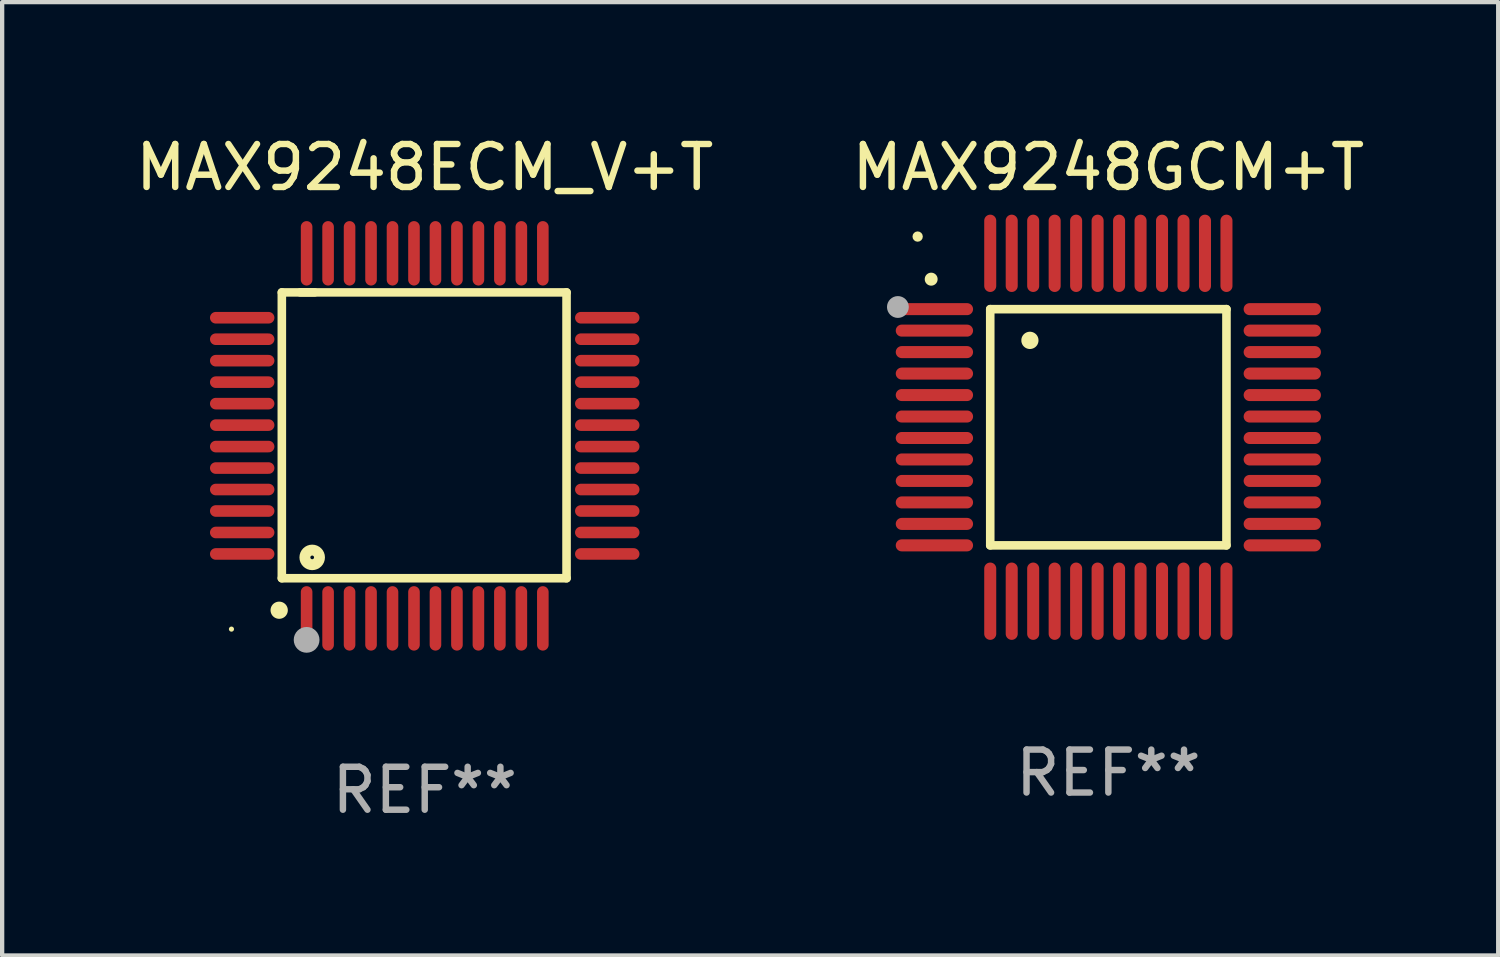
<source format=kicad_pcb>
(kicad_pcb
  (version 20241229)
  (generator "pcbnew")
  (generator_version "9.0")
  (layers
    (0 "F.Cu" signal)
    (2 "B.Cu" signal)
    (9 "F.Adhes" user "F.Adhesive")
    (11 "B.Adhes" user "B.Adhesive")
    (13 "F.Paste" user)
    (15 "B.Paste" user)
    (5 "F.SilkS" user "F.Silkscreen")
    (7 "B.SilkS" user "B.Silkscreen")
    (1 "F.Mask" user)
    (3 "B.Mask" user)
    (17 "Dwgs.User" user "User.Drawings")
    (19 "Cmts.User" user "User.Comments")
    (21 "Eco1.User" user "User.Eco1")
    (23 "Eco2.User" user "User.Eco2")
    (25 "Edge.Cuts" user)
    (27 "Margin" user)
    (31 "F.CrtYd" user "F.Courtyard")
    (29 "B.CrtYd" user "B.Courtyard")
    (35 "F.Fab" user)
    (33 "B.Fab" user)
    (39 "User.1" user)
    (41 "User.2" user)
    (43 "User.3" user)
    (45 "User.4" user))
  (footprint "MAX9248GCM+T"
    (layer "F.Cu")
    (at 22.756 6.898)
    (property "Reference" "MAX9248GCM+T" (at 0 -6.05 0) (layer "F.SilkS") (effects (font (size 1 1) (thickness 0.15))))
    (attr through_hole)
    (fp_line (start -2.75 -2.75) (end 2.75 -2.75) (stroke (width 0.2) (type solid)) (layer "F.SilkS"))
    (fp_line (start -2.75 2.75) (end -2.75 -2.75) (stroke (width 0.2) (type solid)) (layer "F.SilkS"))
    (fp_line (start 2.75 -2.75) (end 2.75 2.75) (stroke (width 0.2) (type solid)) (layer "F.SilkS"))
    (fp_line (start 2.75 2.75) (end -2.75 2.75) (stroke (width 0.2) (type solid)) (layer "F.SilkS"))
    (fp_arc (start -4.124968 -3.446787) (mid -4.124973 -3.448057) (end -4.124968 -3.449327) (stroke (width 0.3) (type solid)) (layer "F.SilkS"))
    (fp_arc (start -1.826264 -2.021844) (mid -1.826268 -2.023114) (end -1.826264 -2.024384) (stroke (width 0.4) (type solid)) (layer "F.SilkS"))
    (fp_circle (center -4.44 -4.44) (end -4.38 -4.44) (stroke (width 0.12) (type solid)) (fill no) (layer "F.SilkS"))
    (fp_circle (center -4.9 -2.8) (end -4.773 -2.8) (stroke (width 0.254) (type solid)) (fill no) (layer "F.Fab"))
    (fp_text user "REF**" (at 0 8.05 0) (layer "F.Fab") (effects (font (size 1 1) (thickness 0.15))))
    (pad "1" smd oval (at -4.05 -2.75 90) (size 0.28 1.8) (layers "F.Cu" "F.Mask" "F.Paste"))
    (pad "2" smd oval (at -4.05 -2.25 90) (size 0.28 1.8) (layers "F.Cu" "F.Mask" "F.Paste"))
    (pad "3" smd oval (at -4.05 -1.75 90) (size 0.28 1.8) (layers "F.Cu" "F.Mask" "F.Paste"))
    (pad "4" smd oval (at -4.05 -1.25 90) (size 0.28 1.8) (layers "F.Cu" "F.Mask" "F.Paste"))
    (pad "5" smd oval (at -4.05 -0.75 90) (size 0.28 1.8) (layers "F.Cu" "F.Mask" "F.Paste"))
    (pad "6" smd oval (at -4.05 -0.25 90) (size 0.28 1.8) (layers "F.Cu" "F.Mask" "F.Paste"))
    (pad "7" smd oval (at -4.05 0.25 90) (size 0.28 1.8) (layers "F.Cu" "F.Mask" "F.Paste"))
    (pad "8" smd oval (at -4.05 0.75 90) (size 0.28 1.8) (layers "F.Cu" "F.Mask" "F.Paste"))
    (pad "9" smd oval (at -4.05 1.25 90) (size 0.28 1.8) (layers "F.Cu" "F.Mask" "F.Paste"))
    (pad "10" smd oval (at -4.05 1.75 90) (size 0.28 1.8) (layers "F.Cu" "F.Mask" "F.Paste"))
    (pad "11" smd oval (at -4.05 2.25 90) (size 0.28 1.8) (layers "F.Cu" "F.Mask" "F.Paste"))
    (pad "12" smd oval (at -4.05 2.75 90) (size 0.28 1.8) (layers "F.Cu" "F.Mask" "F.Paste"))
    (pad "13" smd oval (at -2.75 4.05) (size 0.28 1.8) (layers "F.Cu" "F.Mask" "F.Paste"))
    (pad "14" smd oval (at -2.25 4.05) (size 0.28 1.8) (layers "F.Cu" "F.Mask" "F.Paste"))
    (pad "15" smd oval (at -1.75 4.05) (size 0.28 1.8) (layers "F.Cu" "F.Mask" "F.Paste"))
    (pad "16" smd oval (at -1.25 4.05) (size 0.28 1.8) (layers "F.Cu" "F.Mask" "F.Paste"))
    (pad "17" smd oval (at -0.75 4.05) (size 0.28 1.8) (layers "F.Cu" "F.Mask" "F.Paste"))
    (pad "18" smd oval (at -0.25 4.05) (size 0.28 1.8) (layers "F.Cu" "F.Mask" "F.Paste"))
    (pad "19" smd oval (at 0.25 4.05) (size 0.28 1.8) (layers "F.Cu" "F.Mask" "F.Paste"))
    (pad "20" smd oval (at 0.75 4.05) (size 0.28 1.8) (layers "F.Cu" "F.Mask" "F.Paste"))
    (pad "21" smd oval (at 1.25 4.05) (size 0.28 1.8) (layers "F.Cu" "F.Mask" "F.Paste"))
    (pad "22" smd oval (at 1.75 4.05) (size 0.28 1.8) (layers "F.Cu" "F.Mask" "F.Paste"))
    (pad "23" smd oval (at 2.25 4.05) (size 0.28 1.8) (layers "F.Cu" "F.Mask" "F.Paste"))
    (pad "24" smd oval (at 2.75 4.05) (size 0.28 1.8) (layers "F.Cu" "F.Mask" "F.Paste"))
    (pad "25" smd oval (at 4.05 2.75 90) (size 0.28 1.8) (layers "F.Cu" "F.Mask" "F.Paste"))
    (pad "26" smd oval (at 4.05 2.25 90) (size 0.28 1.8) (layers "F.Cu" "F.Mask" "F.Paste"))
    (pad "27" smd oval (at 4.05 1.75 90) (size 0.28 1.8) (layers "F.Cu" "F.Mask" "F.Paste"))
    (pad "28" smd oval (at 4.05 1.25 90) (size 0.28 1.8) (layers "F.Cu" "F.Mask" "F.Paste"))
    (pad "29" smd oval (at 4.05 0.75 90) (size 0.28 1.8) (layers "F.Cu" "F.Mask" "F.Paste"))
    (pad "30" smd oval (at 4.05 0.25 90) (size 0.28 1.8) (layers "F.Cu" "F.Mask" "F.Paste"))
    (pad "31" smd oval (at 4.05 -0.25 90) (size 0.28 1.8) (layers "F.Cu" "F.Mask" "F.Paste"))
    (pad "32" smd oval (at 4.05 -0.75 90) (size 0.28 1.8) (layers "F.Cu" "F.Mask" "F.Paste"))
    (pad "33" smd oval (at 4.05 -1.25 90) (size 0.28 1.8) (layers "F.Cu" "F.Mask" "F.Paste"))
    (pad "34" smd oval (at 4.05 -1.75 90) (size 0.28 1.8) (layers "F.Cu" "F.Mask" "F.Paste"))
    (pad "35" smd oval (at 4.05 -2.25 90) (size 0.28 1.8) (layers "F.Cu" "F.Mask" "F.Paste"))
    (pad "36" smd oval (at 4.05 -2.75 90) (size 0.28 1.8) (layers "F.Cu" "F.Mask" "F.Paste"))
    (pad "37" smd oval (at 2.75 -4.05) (size 0.28 1.8) (layers "F.Cu" "F.Mask" "F.Paste"))
    (pad "38" smd oval (at 2.25 -4.05) (size 0.28 1.8) (layers "F.Cu" "F.Mask" "F.Paste"))
    (pad "39" smd oval (at 1.75 -4.05) (size 0.28 1.8) (layers "F.Cu" "F.Mask" "F.Paste"))
    (pad "40" smd oval (at 1.25 -4.05) (size 0.28 1.8) (layers "F.Cu" "F.Mask" "F.Paste"))
    (pad "41" smd oval (at 0.75 -4.05) (size 0.28 1.8) (layers "F.Cu" "F.Mask" "F.Paste"))
    (pad "42" smd oval (at 0.25 -4.05) (size 0.28 1.8) (layers "F.Cu" "F.Mask" "F.Paste"))
    (pad "43" smd oval (at -0.25 -4.05) (size 0.28 1.8) (layers "F.Cu" "F.Mask" "F.Paste"))
    (pad "44" smd oval (at -0.75 -4.05) (size 0.28 1.8) (layers "F.Cu" "F.Mask" "F.Paste"))
    (pad "45" smd oval (at -1.25 -4.05) (size 0.28 1.8) (layers "F.Cu" "F.Mask" "F.Paste"))
    (pad "46" smd oval (at -1.75 -4.05) (size 0.28 1.8) (layers "F.Cu" "F.Mask" "F.Paste"))
    (pad "47" smd oval (at -2.25 -4.05) (size 0.28 1.8) (layers "F.Cu" "F.Mask" "F.Paste"))
    (pad "48" smd oval (at -2.75 -4.05) (size 0.28 1.8) (layers "F.Cu" "F.Mask" "F.Paste")))
  (footprint "MAX9248ECM_V+T"
    (layer "F.Cu")
    (at 6.839 7.098)
    (property "Reference" "MAX9248ECM_V+T" (at 0 -6.25 0) (layer "F.SilkS") (effects (font (size 1 1) (thickness 0.15))))
    (attr through_hole)
    (fp_line (start -3.327 -3.34) (end -2.565 -3.34) (stroke (width 0.2) (type solid)) (layer "F.SilkS"))
    (fp_line (start -3.327 3.315) (end -3.327 -3.34) (stroke (width 0.2) (type solid)) (layer "F.SilkS"))
    (fp_line (start -2.896 -3.34) (end 3.302 -3.34) (stroke (width 0.2) (type solid)) (layer "F.SilkS"))
    (fp_line (start 3.302 -3.34) (end 3.302 3.315) (stroke (width 0.2) (type solid)) (layer "F.SilkS"))
    (fp_line (start 3.302 3.315) (end -3.327 3.315) (stroke (width 0.2) (type solid)) (layer "F.SilkS"))
    (fp_arc (start -3.389992 4.059995) (mid -3.388722 4.059991) (end -3.387452 4.059995) (stroke (width 0.4) (type solid)) (layer "F.SilkS"))
    (fp_circle (center -4.5 4.5) (end -4.47 4.5) (stroke (width 0.06) (type solid)) (fill no) (layer "F.SilkS"))
    (fp_circle (center -2.62 2.83) (end -2.45 2.83) (stroke (width 0.254) (type solid)) (fill no) (layer "F.SilkS"))
    (fp_circle (center -2.75 4.75) (end -2.6 4.75) (stroke (width 0.3) (type solid)) (fill no) (layer "F.Fab"))
    (fp_text user "REF**" (at 0 8.25 0) (layer "F.Fab") (effects (font (size 1 1) (thickness 0.15))))
    (pad "1" smd oval (at -2.75 4.25) (size 0.27 1.5) (layers "F.Cu" "F.Mask" "F.Paste"))
    (pad "2" smd oval (at -2.25 4.25) (size 0.27 1.5) (layers "F.Cu" "F.Mask" "F.Paste"))
    (pad "3" smd oval (at -1.75 4.25) (size 0.27 1.5) (layers "F.Cu" "F.Mask" "F.Paste"))
    (pad "4" smd oval (at -1.25 4.25) (size 0.27 1.5) (layers "F.Cu" "F.Mask" "F.Paste"))
    (pad "5" smd oval (at -0.75 4.25) (size 0.27 1.5) (layers "F.Cu" "F.Mask" "F.Paste"))
    (pad "6" smd oval (at -0.25 4.25) (size 0.27 1.5) (layers "F.Cu" "F.Mask" "F.Paste"))
    (pad "7" smd oval (at 0.25 4.25) (size 0.27 1.5) (layers "F.Cu" "F.Mask" "F.Paste"))
    (pad "8" smd oval (at 0.75 4.25) (size 0.27 1.5) (layers "F.Cu" "F.Mask" "F.Paste"))
    (pad "9" smd oval (at 1.25 4.25) (size 0.27 1.5) (layers "F.Cu" "F.Mask" "F.Paste"))
    (pad "10" smd oval (at 1.75 4.25) (size 0.27 1.5) (layers "F.Cu" "F.Mask" "F.Paste"))
    (pad "11" smd oval (at 2.25 4.25) (size 0.27 1.5) (layers "F.Cu" "F.Mask" "F.Paste"))
    (pad "12" smd oval (at 2.75 4.25) (size 0.27 1.5) (layers "F.Cu" "F.Mask" "F.Paste"))
    (pad "13" smd oval (at 4.25 2.75) (size 1.5 0.27) (layers "F.Cu" "F.Mask" "F.Paste"))
    (pad "14" smd oval (at 4.25 2.25) (size 1.5 0.27) (layers "F.Cu" "F.Mask" "F.Paste"))
    (pad "15" smd oval (at 4.25 1.75) (size 1.5 0.27) (layers "F.Cu" "F.Mask" "F.Paste"))
    (pad "16" smd oval (at 4.25 1.25) (size 1.5 0.27) (layers "F.Cu" "F.Mask" "F.Paste"))
    (pad "17" smd oval (at 4.25 0.75) (size 1.5 0.27) (layers "F.Cu" "F.Mask" "F.Paste"))
    (pad "18" smd oval (at 4.25 0.25) (size 1.5 0.27) (layers "F.Cu" "F.Mask" "F.Paste"))
    (pad "19" smd oval (at 4.25 -0.25) (size 1.5 0.27) (layers "F.Cu" "F.Mask" "F.Paste"))
    (pad "20" smd oval (at 4.25 -0.75) (size 1.5 0.27) (layers "F.Cu" "F.Mask" "F.Paste"))
    (pad "21" smd oval (at 4.25 -1.25) (size 1.5 0.27) (layers "F.Cu" "F.Mask" "F.Paste"))
    (pad "22" smd oval (at 4.25 -1.75) (size 1.5 0.27) (layers "F.Cu" "F.Mask" "F.Paste"))
    (pad "23" smd oval (at 4.25 -2.25) (size 1.5 0.27) (layers "F.Cu" "F.Mask" "F.Paste"))
    (pad "24" smd oval (at 4.25 -2.75) (size 1.5 0.27) (layers "F.Cu" "F.Mask" "F.Paste"))
    (pad "25" smd oval (at 2.75 -4.25) (size 0.27 1.5) (layers "F.Cu" "F.Mask" "F.Paste"))
    (pad "26" smd oval (at 2.25 -4.25) (size 0.27 1.5) (layers "F.Cu" "F.Mask" "F.Paste"))
    (pad "27" smd oval (at 1.75 -4.25) (size 0.27 1.5) (layers "F.Cu" "F.Mask" "F.Paste"))
    (pad "28" smd oval (at 1.25 -4.25) (size 0.27 1.5) (layers "F.Cu" "F.Mask" "F.Paste"))
    (pad "29" smd oval (at 0.75 -4.25) (size 0.27 1.5) (layers "F.Cu" "F.Mask" "F.Paste"))
    (pad "30" smd oval (at 0.25 -4.25) (size 0.27 1.5) (layers "F.Cu" "F.Mask" "F.Paste"))
    (pad "31" smd oval (at -0.25 -4.25) (size 0.27 1.5) (layers "F.Cu" "F.Mask" "F.Paste"))
    (pad "32" smd oval (at -0.75 -4.25) (size 0.27 1.5) (layers "F.Cu" "F.Mask" "F.Paste"))
    (pad "33" smd oval (at -1.25 -4.25) (size 0.27 1.5) (layers "F.Cu" "F.Mask" "F.Paste"))
    (pad "34" smd oval (at -1.75 -4.25) (size 0.27 1.5) (layers "F.Cu" "F.Mask" "F.Paste"))
    (pad "35" smd oval (at -2.25 -4.25) (size 0.27 1.5) (layers "F.Cu" "F.Mask" "F.Paste"))
    (pad "36" smd oval (at -2.75 -4.25) (size 0.27 1.5) (layers "F.Cu" "F.Mask" "F.Paste"))
    (pad "37" smd oval (at -4.25 -2.75) (size 1.5 0.27) (layers "F.Cu" "F.Mask" "F.Paste"))
    (pad "38" smd oval (at -4.25 -2.25) (size 1.5 0.27) (layers "F.Cu" "F.Mask" "F.Paste"))
    (pad "39" smd oval (at -4.25 -1.75) (size 1.5 0.27) (layers "F.Cu" "F.Mask" "F.Paste"))
    (pad "40" smd oval (at -4.25 -1.25) (size 1.5 0.27) (layers "F.Cu" "F.Mask" "F.Paste"))
    (pad "41" smd oval (at -4.25 -0.75) (size 1.5 0.27) (layers "F.Cu" "F.Mask" "F.Paste"))
    (pad "42" smd oval (at -4.25 -0.25) (size 1.5 0.27) (layers "F.Cu" "F.Mask" "F.Paste"))
    (pad "43" smd oval (at -4.25 0.25) (size 1.5 0.27) (layers "F.Cu" "F.Mask" "F.Paste"))
    (pad "44" smd oval (at -4.25 0.75) (size 1.5 0.27) (layers "F.Cu" "F.Mask" "F.Paste"))
    (pad "45" smd oval (at -4.25 1.25) (size 1.5 0.27) (layers "F.Cu" "F.Mask" "F.Paste"))
    (pad "46" smd oval (at -4.25 1.75) (size 1.5 0.27) (layers "F.Cu" "F.Mask" "F.Paste"))
    (pad "47" smd oval (at -4.25 2.25) (size 1.5 0.27) (layers "F.Cu" "F.Mask" "F.Paste"))
    (pad "48" smd oval (at -4.25 2.75) (size 1.5 0.27) (layers "F.Cu" "F.Mask" "F.Paste")))
  (gr_rect
    (start -3 -3)
    (end 31.833 19.196)
    (stroke (width 0.1) (type default))
    (fill no)
    (layer "Edge.Cuts")))
</source>
